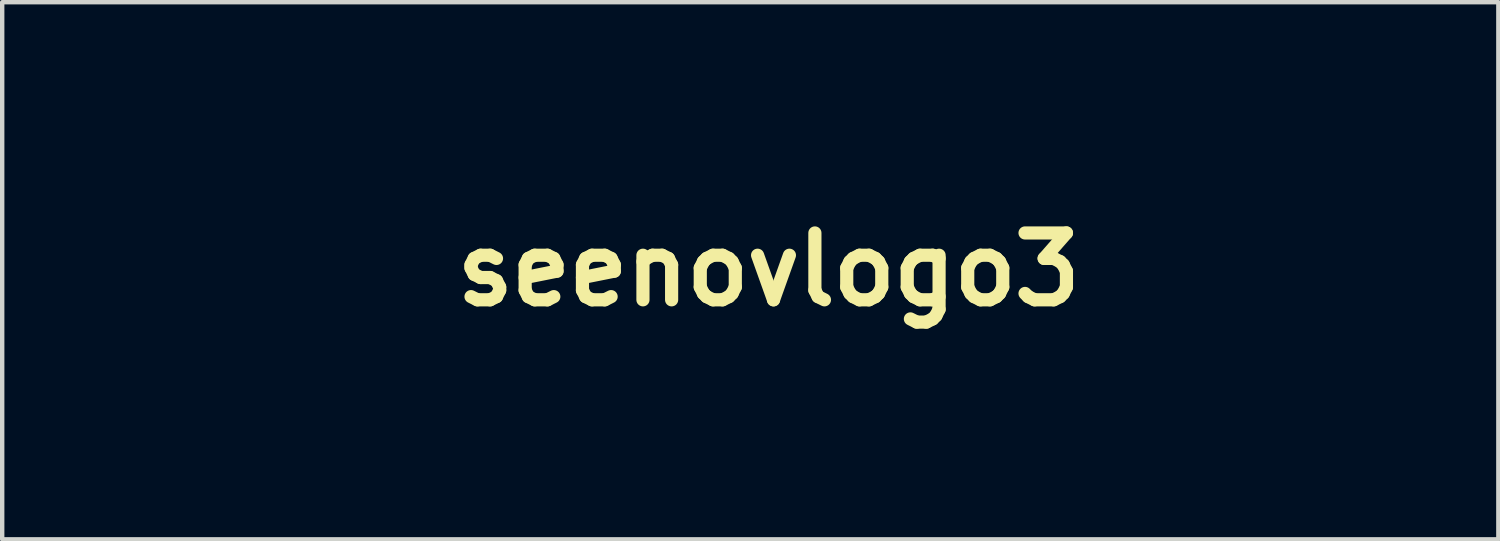
<source format=kicad_pcb>
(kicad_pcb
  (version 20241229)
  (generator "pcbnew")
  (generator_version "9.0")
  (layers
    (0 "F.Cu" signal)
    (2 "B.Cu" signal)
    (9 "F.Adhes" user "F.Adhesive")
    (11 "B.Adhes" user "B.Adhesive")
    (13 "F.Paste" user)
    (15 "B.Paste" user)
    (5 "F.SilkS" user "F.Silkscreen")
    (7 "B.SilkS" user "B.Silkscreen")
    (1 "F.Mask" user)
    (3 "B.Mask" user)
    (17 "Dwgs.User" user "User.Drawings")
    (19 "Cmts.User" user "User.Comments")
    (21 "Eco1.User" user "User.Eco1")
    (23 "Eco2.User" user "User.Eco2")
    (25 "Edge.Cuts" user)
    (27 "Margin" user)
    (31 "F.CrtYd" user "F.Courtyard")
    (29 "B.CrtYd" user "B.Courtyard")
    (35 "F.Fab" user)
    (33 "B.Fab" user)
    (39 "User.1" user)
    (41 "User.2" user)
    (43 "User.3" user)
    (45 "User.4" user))
  (footprint "seenovlogo3"
    (layer "F.Cu")
    (at 14.471 3.094)
    (property "Reference" "seenovlogo3" (at 0 0 0) (layer "F.SilkS") (effects (font (size 1.524 1.524) (thickness 0.3))))
    (attr through_hole)
    (fp_poly (pts (xy -13.793 2.439) (xy -13.877 2.523) (xy -13.962 2.439) (xy -13.877 2.355) (xy -13.793 2.439)) (stroke (width 0.01) (type solid)) (fill no) (layer "Eco2.User"))
    (fp_poly (pts (xy -10.653 -1.121) (xy -10.677 -1.021) (xy -10.766 -1.009) (xy -10.904 -1.071) (xy -10.878 -1.121) (xy -10.678 -1.142) (xy -10.653 -1.121)) (stroke (width 0.01) (type solid)) (fill no) (layer "Eco2.User"))
    (fp_poly (pts (xy -13.784 -1.093) (xy -13.915 -0.92) (xy -14.056 -0.867) (xy -14.262 -0.909) (xy -14.261 -1.035) (xy -14.094 -1.226) (xy -13.881 -1.242) (xy -13.784 -1.093)) (stroke (width 0.01) (type solid)) (fill no) (layer "Eco2.User"))
    (fp_poly (pts (xy -14.135 -0.545) (xy -14.13 -0.505) (xy -14.258 -0.341) (xy -14.298 -0.336) (xy -14.461 -0.464) (xy -14.466 -0.505) (xy -14.338 -0.668) (xy -14.298 -0.673) (xy -14.135 -0.545)) (stroke (width 0.01) (type solid)) (fill no) (layer "Eco2.User"))
    (fp_poly (pts (xy -13.978 -2.05) (xy -13.962 -1.934) (xy -14.094 -1.711) (xy -14.209 -1.682) (xy -14.378 -1.794) (xy -14.359 -1.934) (xy -14.194 -2.157) (xy -14.112 -2.187) (xy -13.978 -2.05)) (stroke (width 0.01) (type solid)) (fill no) (layer "Eco2.User"))
    (fp_poly (pts (xy -13.512 -2.586) (xy -13.489 -2.536) (xy -13.57 -2.382) (xy -13.709 -2.355) (xy -13.919 -2.44) (xy -13.929 -2.536) (xy -13.756 -2.71) (xy -13.709 -2.717) (xy -13.512 -2.586)) (stroke (width 0.01) (type solid)) (fill no) (layer "Eco2.User"))
    (fp_poly (pts (xy -12.141 -2.389) (xy -12.111 -2.271) (xy -12.214 -2.039) (xy -12.446 -2.081) (xy -12.504 -2.131) (xy -12.611 -2.377) (xy -12.436 -2.518) (xy -12.364 -2.523) (xy -12.141 -2.389)) (stroke (width 0.01) (type solid)) (fill no) (layer "Eco2.User"))
    (fp_poly (pts (xy -11.323 0.95) (xy -11.354 1.009) (xy -11.513 1.17) (xy -11.542 1.177) (xy -11.554 1.069) (xy -11.523 1.009) (xy -11.364 0.849) (xy -11.334 0.841) (xy -11.323 0.95)) (stroke (width 0.01) (type solid)) (fill no) (layer "Eco2.User"))
    (fp_poly (pts (xy -10.794 -2.877) (xy -10.766 -2.757) (xy -10.87 -2.541) (xy -11.103 -2.588) (xy -11.158 -2.635) (xy -11.275 -2.882) (xy -11.2 -3.075) (xy -11.018 -3.089) (xy -10.794 -2.877)) (stroke (width 0.01) (type solid)) (fill no) (layer "Eco2.User"))
    (fp_poly (pts (xy -8.752 -0.545) (xy -8.747 -0.505) (xy -8.875 -0.341) (xy -8.915 -0.336) (xy -9.079 -0.464) (xy -9.083 -0.505) (xy -8.955 -0.668) (xy -8.915 -0.673) (xy -8.752 -0.545)) (stroke (width 0.01) (type solid)) (fill no) (layer "Eco2.User"))
    (fp_poly (pts (xy -11.81 -2.975) (xy -11.601 -2.94) (xy -11.665 -2.872) (xy -11.764 -2.832) (xy -12.155 -2.745) (xy -12.389 -2.762) (xy -12.646 -2.742) (xy -12.705 -2.684) (xy -12.949 -2.528) (xy -13.177 -2.635) (xy -13.282 -2.819) (xy -13.13 -2.929) (xy -12.692 -2.979) (xy -12.322 -2.985) (xy -11.81 -2.975)) (stroke (width 0.01) (type solid)) (fill no) (layer "Eco2.User"))
    (fp_poly (pts (xy 13.594 -1.277) (xy 13.625 -1.216) (xy 13.556 -0.921) (xy 13.374 -0.446) (xy 13.122 0.123) (xy 12.84 0.703) (xy 12.57 1.206) (xy 12.352 1.548) (xy 12.246 1.647) (xy 12.044 1.533) (xy 11.779 1.115) (xy 11.465 0.432) (xy 11.151 -0.355) (xy 10.984 -0.884) (xy 10.958 -1.196) (xy 11.066 -1.331) (xy 11.165 -1.346) (xy 11.347 -1.203) (xy 11.593 -0.83) (xy 11.817 -0.378) (xy 12.239 0.589) (xy 12.67 -0.378) (xy 12.958 -0.933) (xy 13.22 -1.271) (xy 13.364 -1.346) (xy 13.594 -1.277)) (stroke (width 0.01) (type solid)) (fill no) (layer "Eco2.User"))
    (fp_poly (pts (xy -13.157 -2.44) (xy -13.076 -2.345) (xy -12.745 -2.06) (xy -12.568 -1.969) (xy -12.374 -1.865) (xy -12.385 -1.699) (xy -12.545 -1.433) (xy -12.766 -1.132) (xy -12.967 -1.056) (xy -13.288 -1.176) (xy -13.415 -1.238) (xy -13.682 -1.449) (xy -13.797 -1.682) (xy -13.289 -1.682) (xy -13.152 -1.534) (xy -13.026 -1.514) (xy -12.852 -1.595) (xy -12.868 -1.682) (xy -13.083 -1.844) (xy -13.13 -1.85) (xy -13.284 -1.722) (xy -13.289 -1.682) (xy -13.797 -1.682) (xy -13.799 -1.685) (xy -13.724 -1.837) (xy -13.645 -1.85) (xy -13.49 -1.991) (xy -13.39 -2.229) (xy -13.287 -2.484) (xy -13.157 -2.44)) (stroke (width 0.01) (type solid)) (fill no) (layer "Eco2.User"))
    (fp_poly (pts (xy 4.285 -1.232) (xy 4.641 -0.922) (xy 5.075 -0.48) (xy 5.166 -0.381) (xy 6.043 0.589) (xy 6.049 -0.378) (xy 6.074 -0.952) (xy 6.151 -1.253) (xy 6.297 -1.345) (xy 6.308 -1.346) (xy 6.431 -1.287) (xy 6.508 -1.071) (xy 6.548 -0.642) (xy 6.56 0.058) (xy 6.56 0.168) (xy 6.545 0.95) (xy 6.496 1.434) (xy 6.409 1.658) (xy 6.35 1.684) (xy 6.144 1.568) (xy 5.789 1.258) (xy 5.354 0.816) (xy 5.263 0.717) (xy 4.387 -0.252) (xy 4.38 0.715) (xy 4.355 1.288) (xy 4.278 1.59) (xy 4.132 1.682) (xy 4.121 1.682) (xy 3.998 1.623) (xy 3.921 1.408) (xy 3.882 0.979) (xy 3.869 0.278) (xy 3.869 0.168) (xy 3.884 -0.614) (xy 3.933 -1.098) (xy 4.02 -1.322) (xy 4.079 -1.348) (xy 4.285 -1.232)) (stroke (width 0.01) (type solid)) (fill no) (layer "Eco2.User"))
    (fp_poly (pts (xy 9.637 -1.142) (xy 9.994 -0.828) (xy 10.278 -0.389) (xy 10.424 0.035) (xy 10.429 0.105) (xy 10.336 0.615) (xy 10.105 1.122) (xy 9.806 1.491) (xy 9.665 1.578) (xy 9.021 1.683) (xy 8.34 1.58) (xy 7.845 1.333) (xy 7.498 0.866) (xy 7.372 0.259) (xy 7.386 0.175) (xy 7.906 0.175) (xy 8.027 0.54) (xy 8.313 0.906) (xy 8.651 1.146) (xy 8.794 1.177) (xy 9.085 1.087) (xy 9.382 0.916) (xy 9.7 0.501) (xy 9.756 0.168) (xy 9.621 -0.285) (xy 9.29 -0.661) (xy 8.874 -0.839) (xy 8.825 -0.841) (xy 8.517 -0.708) (xy 8.188 -0.393) (xy 7.953 -0.024) (xy 7.906 0.175) (xy 7.386 0.175) (xy 7.471 -0.372) (xy 7.794 -0.912) (xy 7.814 -0.933) (xy 8.386 -1.293) (xy 9.024 -1.361) (xy 9.637 -1.142)) (stroke (width 0.01) (type solid)) (fill no) (layer "Eco2.User"))
    (fp_poly (pts (xy -1.16 -1.334) (xy -0.745 -1.291) (xy -0.547 -1.205) (xy -0.505 -1.093) (xy -0.582 -0.947) (xy -0.857 -0.868) (xy -1.392 -0.842) (xy -1.514 -0.841) (xy -2.079 -0.828) (xy -2.384 -0.773) (xy -2.506 -0.652) (xy -2.523 -0.514) (xy -2.466 -0.308) (xy -2.239 -0.195) (xy -1.761 -0.138) (xy -1.726 -0.135) (xy -1.2 -0.067) (xy -0.937 0.071) (xy -0.872 0.21) (xy -0.889 0.386) (xy -1.074 0.475) (xy -1.501 0.504) (xy -1.67 0.505) (xy -2.179 0.522) (xy -2.434 0.595) (xy -2.519 0.757) (xy -2.523 0.841) (xy -2.486 1.029) (xy -2.325 1.13) (xy -1.961 1.171) (xy -1.514 1.177) (xy -0.928 1.197) (xy -0.613 1.266) (xy -0.507 1.399) (xy -0.505 1.43) (xy -0.568 1.559) (xy -0.798 1.637) (xy -1.254 1.674) (xy -1.85 1.682) (xy -3.196 1.682) (xy -3.196 -1.346) (xy -1.85 -1.346) (xy -1.16 -1.334)) (stroke (width 0.01) (type solid)) (fill no) (layer "Eco2.User"))
    (fp_poly (pts (xy 2.373 -1.334) (xy 2.787 -1.291) (xy 2.985 -1.205) (xy 3.028 -1.093) (xy 2.95 -0.947) (xy 2.676 -0.868) (xy 2.14 -0.842) (xy 2.019 -0.841) (xy 1.454 -0.828) (xy 1.149 -0.773) (xy 1.027 -0.652) (xy 1.009 -0.514) (xy 1.067 -0.308) (xy 1.294 -0.195) (xy 1.771 -0.138) (xy 1.807 -0.135) (xy 2.332 -0.067) (xy 2.596 0.071) (xy 2.66 0.21) (xy 2.644 0.386) (xy 2.458 0.475) (xy 2.031 0.504) (xy 1.863 0.505) (xy 1.354 0.522) (xy 1.098 0.595) (xy 1.014 0.757) (xy 1.009 0.841) (xy 1.046 1.029) (xy 1.208 1.13) (xy 1.572 1.171) (xy 2.019 1.177) (xy 2.605 1.197) (xy 2.919 1.266) (xy 3.026 1.399) (xy 3.028 1.43) (xy 2.964 1.559) (xy 2.734 1.637) (xy 2.278 1.674) (xy 1.682 1.682) (xy 0.336 1.682) (xy 0.336 -1.346) (xy 1.682 -1.346) (xy 2.373 -1.334)) (stroke (width 0.01) (type solid)) (fill no) (layer "Eco2.User"))
    (fp_poly (pts (xy -4.566 -1.33) (xy -4.199 -1.274) (xy -4.049 -1.165) (xy -4.037 -1.102) (xy -4.141 -0.948) (xy -4.487 -0.853) (xy -5.003 -0.807) (xy -5.579 -0.755) (xy -5.893 -0.657) (xy -6.018 -0.489) (xy -6.024 -0.463) (xy -5.999 -0.268) (xy -5.771 -0.183) (xy -5.433 -0.168) (xy -4.743 -0.062) (xy -4.266 0.234) (xy -4.046 0.687) (xy -4.037 0.817) (xy -4.095 1.233) (xy -4.307 1.495) (xy -4.727 1.634) (xy -5.413 1.681) (xy -5.585 1.682) (xy -6.214 1.667) (xy -6.57 1.611) (xy -6.715 1.501) (xy -6.728 1.43) (xy -6.644 1.276) (xy -6.348 1.198) (xy -5.824 1.177) (xy -5.207 1.133) (xy -4.808 1.013) (xy -4.732 0.952) (xy -4.621 0.711) (xy -4.791 0.567) (xy -5.264 0.508) (xy -5.469 0.505) (xy -6.129 0.391) (xy -6.558 0.082) (xy -6.722 -0.38) (xy -6.591 -0.949) (xy -6.554 -1.02) (xy -6.408 -1.196) (xy -6.15 -1.296) (xy -5.698 -1.339) (xy -5.209 -1.346) (xy -4.566 -1.33)) (stroke (width 0.01) (type solid)) (fill no) (layer "Eco2.User"))
    (fp_poly (pts (xy -9.49 -2.982) (xy -9.326 -2.897) (xy -9.335 -2.861) (xy -9.307 -2.766) (xy -9.176 -2.795) (xy -8.971 -2.781) (xy -8.915 -2.513) (xy -8.95 -2.256) (xy -9.014 -2.229) (xy -9.201 -2.192) (xy -9.568 -1.939) (xy -10.068 -1.501) (xy -10.179 -1.396) (xy -10.408 -1.273) (xy -10.493 -1.298) (xy -10.587 -1.539) (xy -10.366 -1.716) (xy -10.303 -1.734) (xy -10.215 -1.793) (xy -10.441 -1.829) (xy -10.481 -1.831) (xy -10.796 -1.796) (xy -10.849 -1.681) (xy -10.866 -1.432) (xy -11.13 -1.161) (xy -11.567 -0.942) (xy -11.614 -0.927) (xy -12.027 -0.8) (xy -11.664 -1.121) (xy -11.361 -1.489) (xy -11.238 -1.848) (xy -11.322 -2.099) (xy -11.396 -2.141) (xy -11.534 -2.101) (xy -11.505 -1.948) (xy -11.505 -1.724) (xy -11.589 -1.682) (xy -11.754 -1.546) (xy -11.775 -1.43) (xy -11.851 -1.206) (xy -11.915 -1.177) (xy -12.144 -1.283) (xy -12.114 -1.601) (xy -12.024 -1.799) (xy -11.889 -2.189) (xy -11.89 -2.46) (xy -11.882 -2.661) (xy -11.619 -2.643) (xy -11.163 -2.44) (xy -10.655 -2.258) (xy -10.159 -2.21) (xy -9.773 -2.291) (xy -9.592 -2.496) (xy -9.588 -2.537) (xy -9.721 -2.592) (xy -10.02 -2.519) (xy -10.4 -2.386) (xy -10.561 -2.399) (xy -10.597 -2.581) (xy -10.597 -2.664) (xy -10.524 -2.871) (xy -10.252 -2.972) (xy -9.915 -2.999) (xy -9.49 -2.982)) (stroke (width 0.01) (type solid)) (fill no) (layer "Eco2.User"))
    (fp_poly (pts (xy -12.162 -1.132) (xy -12.263 -0.945) (xy -12.279 -0.925) (xy -12.4 -0.725) (xy -12.259 -0.673) (xy -12.244 -0.673) (xy -12.027 -0.538) (xy -11.999 -0.423) (xy -12.046 -0.264) (xy -12.237 -0.37) (xy -12.251 -0.381) (xy -12.414 -0.494) (xy -12.386 -0.374) (xy -12.307 -0.22) (xy -12.204 0.128) (xy -12.279 0.252) (xy -12.432 0.226) (xy -12.448 0.15) (xy -12.494 0.014) (xy -12.591 0.12) (xy -12.678 0.393) (xy -12.685 0.438) (xy -12.832 0.733) (xy -12.952 0.813) (xy -13.1 0.778) (xy -13.069 0.612) (xy -13.045 0.381) (xy -13.106 0.336) (xy -13.259 0.476) (xy -13.337 0.673) (xy -13.323 0.954) (xy -13.181 1.009) (xy -13.128 1.11) (xy -13.319 1.392) (xy -13.508 1.598) (xy -13.883 1.954) (xy -14.155 2.159) (xy -14.278 2.184) (xy -14.214 2.019) (xy -14.227 1.864) (xy -14.288 1.85) (xy -14.422 1.706) (xy -14.466 1.43) (xy -14.374 1.086) (xy -14.196 1.009) (xy -14.005 1.108) (xy -14.028 1.304) (xy -14.067 1.471) (xy -13.956 1.371) (xy -13.869 1.262) (xy -13.703 1.01) (xy -13.782 0.906) (xy -13.953 0.871) (xy -14.236 0.7) (xy -14.27 0.436) (xy -13.852 0.436) (xy -13.778 0.505) (xy -13.64 0.369) (xy -13.625 0.266) (xy -13.498 -0.004) (xy -13.415 -0.057) (xy -13.361 -0.112) (xy -13.064 -0.112) (xy -13.041 -0.012) (xy -12.952 0) (xy -12.814 -0.062) (xy -12.84 -0.112) (xy -13.04 -0.132) (xy -13.064 -0.112) (xy -13.361 -0.112) (xy -13.342 -0.132) (xy -13.479 -0.155) (xy -13.739 -0.026) (xy -13.842 0.168) (xy -13.852 0.436) (xy -14.27 0.436) (xy -14.282 0.338) (xy -14.099 -0.173) (xy -13.881 -0.505) (xy -13.457 -0.505) (xy -13.4 -0.341) (xy -13.383 -0.336) (xy -13.28 -0.421) (xy -12.784 -0.421) (xy -12.7 -0.336) (xy -12.616 -0.421) (xy -12.7 -0.505) (xy -12.784 -0.421) (xy -13.28 -0.421) (xy -13.239 -0.454) (xy -13.205 -0.505) (xy -13.218 -0.66) (xy -13.279 -0.673) (xy -13.45 -0.551) (xy -13.457 -0.505) (xy -13.881 -0.505) (xy -13.693 -0.792) (xy -13.642 -0.856) (xy -13.397 -1.052) (xy -13.104 -0.971) (xy -13.073 -0.953) (xy -12.795 -0.842) (xy -12.665 -0.964) (xy -12.664 -0.967) (xy -12.452 -1.156) (xy -12.329 -1.177) (xy -12.162 -1.132)) (stroke (width 0.01) (type solid)) (fill no) (layer "Eco2.User"))
    (fp_poly (pts (xy -8.596 -2.133) (xy -8.401 -1.855) (xy -8.343 -1.808) (xy -8.275 -1.643) (xy -8.411 -1.516) (xy -8.548 -1.379) (xy -8.453 -1.348) (xy -8.294 -1.203) (xy -8.25 -0.838) (xy -8.325 -0.351) (xy -8.406 -0.095) (xy -8.486 0.247) (xy -8.406 0.336) (xy -8.246 0.46) (xy -8.242 0.495) (xy -8.393 0.6) (xy -8.777 0.688) (xy -9.041 0.717) (xy -9.84 0.78) (xy -9.041 0.811) (xy -8.51 0.874) (xy -8.255 1.003) (xy -8.3 1.18) (xy -8.403 1.257) (xy -8.498 1.477) (xy -8.475 1.589) (xy -8.533 1.817) (xy -8.693 1.9) (xy -8.91 1.965) (xy -8.799 1.992) (xy -8.691 1.999) (xy -8.469 2.106) (xy -8.456 2.229) (xy -8.658 2.387) (xy -8.804 2.39) (xy -8.998 2.436) (xy -8.979 2.601) (xy -9 2.821) (xy -9.15 2.86) (xy -9.372 2.713) (xy -9.432 2.397) (xy -9.452 2.101) (xy -9.509 2.116) (xy -9.577 2.271) (xy -9.656 2.627) (xy -9.639 2.795) (xy -9.707 2.975) (xy -9.975 3.083) (xy -10.311 3.09) (xy -10.559 2.99) (xy -10.81 2.892) (xy -10.905 2.972) (xy -11.129 3.082) (xy -11.553 3.138) (xy -12.07 3.144) (xy -12.574 3.103) (xy -12.959 3.019) (xy -13.12 2.896) (xy -13.121 2.891) (xy -13.006 2.732) (xy -12.868 2.752) (xy -12.652 2.752) (xy -12.628 2.704) (xy -11.607 2.704) (xy -11.483 2.781) (xy -11.457 2.775) (xy -10.261 2.775) (xy -10.177 2.86) (xy -10.093 2.775) (xy -10.177 2.691) (xy -10.261 2.775) (xy -11.457 2.775) (xy -11.354 2.752) (xy -11.132 2.59) (xy -11.102 2.51) (xy -11.217 2.439) (xy -10.261 2.439) (xy -10.177 2.523) (xy -10.093 2.439) (xy -10.177 2.355) (xy -10.261 2.439) (xy -11.217 2.439) (xy -11.226 2.433) (xy -11.354 2.462) (xy -11.577 2.625) (xy -11.607 2.704) (xy -12.628 2.704) (xy -12.616 2.679) (xy -12.487 2.538) (xy -12.406 2.536) (xy -12.002 2.527) (xy -11.831 2.317) (xy -11.812 2.024) (xy -11.812 2.019) (xy -11.438 2.019) (xy -11.377 2.157) (xy -11.326 2.131) (xy -11.315 2.019) (xy -10.739 2.019) (xy -10.713 2.257) (xy -10.654 2.229) (xy -10.632 1.884) (xy -10.642 1.85) (xy -10.066 1.85) (xy -10.04 2.089) (xy -9.981 2.061) (xy -9.961 1.738) (xy -9.532 1.738) (xy -9.509 1.838) (xy -9.42 1.85) (xy -9.281 1.789) (xy -9.308 1.738) (xy -9.507 1.718) (xy -9.532 1.738) (xy -9.961 1.738) (xy -9.959 1.716) (xy -9.981 1.64) (xy -10.043 1.619) (xy -10.066 1.85) (xy -10.642 1.85) (xy -10.654 1.808) (xy -10.716 1.787) (xy -10.739 2.019) (xy -11.315 2.019) (xy -11.306 1.931) (xy -11.326 1.906) (xy -11.426 1.929) (xy -11.438 2.019) (xy -11.812 2.019) (xy -11.864 1.704) (xy -11.97 1.615) (xy -11.975 1.618) (xy -12.054 1.831) (xy -12.023 2.033) (xy -12.002 2.248) (xy -12.177 2.339) (xy -12.52 2.355) (xy -12.914 2.396) (xy -13.114 2.499) (xy -13.121 2.523) (xy -13.257 2.672) (xy -13.373 2.691) (xy -13.588 2.58) (xy -13.605 2.315) (xy -13.496 2.103) (xy -13.289 2.103) (xy -13.205 2.187) (xy -13.121 2.103) (xy -13.205 2.019) (xy -13.289 2.103) (xy -13.496 2.103) (xy -13.442 1.998) (xy -13.205 1.782) (xy -12.91 1.606) (xy -12.8 1.628) (xy -12.784 1.795) (xy -12.726 1.907) (xy -12.537 1.739) (xy -12.396 1.558) (xy -12.066 1.206) (xy -11.811 1.158) (xy -11.781 1.174) (xy -11.431 1.245) (xy -11.298 1.217) (xy -11.124 1.209) (xy -11.161 1.424) (xy -11.217 1.63) (xy -11.091 1.573) (xy -11.003 1.502) (xy -10.852 1.299) (xy -10.876 1.262) (xy -9.925 1.262) (xy -9.84 1.346) (xy -9.756 1.262) (xy -9.809 1.209) (xy -9.388 1.209) (xy -9.327 1.275) (xy -9.168 1.346) (xy -8.882 1.466) (xy -8.789 1.502) (xy -8.748 1.385) (xy -8.747 1.346) (xy -8.889 1.219) (xy -9.125 1.189) (xy -9.388 1.209) (xy -9.809 1.209) (xy -9.84 1.177) (xy -9.925 1.262) (xy -10.876 1.262) (xy -10.906 1.215) (xy -11.013 1.036) (xy -10.99 0.914) (xy -11 0.757) (xy -10.093 0.757) (xy -10.009 0.841) (xy -9.925 0.757) (xy -10.009 0.673) (xy -10.093 0.757) (xy -11 0.757) (xy -11.004 0.705) (xy -11.084 0.673) (xy -11.262 0.555) (xy -11.27 0.505) (xy -11.131 0.361) (xy -10.976 0.334) (xy -10.785 0.304) (xy -10.911 0.186) (xy -10.923 0.178) (xy -11.008 0.084) (xy -10.429 0.084) (xy -10.345 0.168) (xy -9.925 0.168) (xy -9.863 0.307) (xy -9.812 0.28) (xy -9.792 0.081) (xy -9.812 0.056) (xy -9.912 0.079) (xy -9.925 0.168) (xy -10.345 0.168) (xy -10.261 0.084) (xy -10.3 0.045) (xy -9.398 0.045) (xy -9.367 0.268) (xy -9.152 0.324) (xy -9.125 0.323) (xy -8.966 0.28) (xy -9.041 0.225) (xy -9.241 0.053) (xy -9.132 -0.129) (xy -8.915 -0.217) (xy -8.662 -0.386) (xy -8.584 -0.628) (xy -8.7 -0.812) (xy -8.835 -0.841) (xy -9.078 -0.7) (xy -9.256 -0.41) (xy -9.398 0.045) (xy -10.3 0.045) (xy -10.345 0) (xy -10.429 0.084) (xy -11.008 0.084) (xy -11.077 0.009) (xy -10.958 -0.224) (xy -10.946 -0.238) (xy -10.706 -0.413) (xy -10.578 -0.409) (xy -10.532 -0.421) (xy -9.756 -0.421) (xy -9.672 -0.336) (xy -9.588 -0.421) (xy -9.672 -0.505) (xy -9.756 -0.421) (xy -10.532 -0.421) (xy -10.44 -0.444) (xy -10.429 -0.51) (xy -10.397 -0.589) (xy -10.093 -0.589) (xy -10.009 -0.505) (xy -9.925 -0.589) (xy -10.009 -0.673) (xy -10.093 -0.589) (xy -10.397 -0.589) (xy -10.3 -0.832) (xy -9.987 -1.182) (xy -9.6 -1.468) (xy -9.251 -1.593) (xy -9.169 -1.586) (xy -8.954 -1.543) (xy -9.035 -1.631) (xy -9.083 -1.664) (xy -9.231 -1.822) (xy -9.117 -1.992) (xy -8.999 -2.084) (xy -8.719 -2.23) (xy -8.596 -2.133)) (stroke (width 0.01) (type solid)) (fill no) (layer "Eco2.User")))
  (gr_rect
    (start -3 -3)
    (end 31.101 9.242)
    (stroke (width 0.1) (type default))
    (fill no)
    (layer "Edge.Cuts")))
</source>
